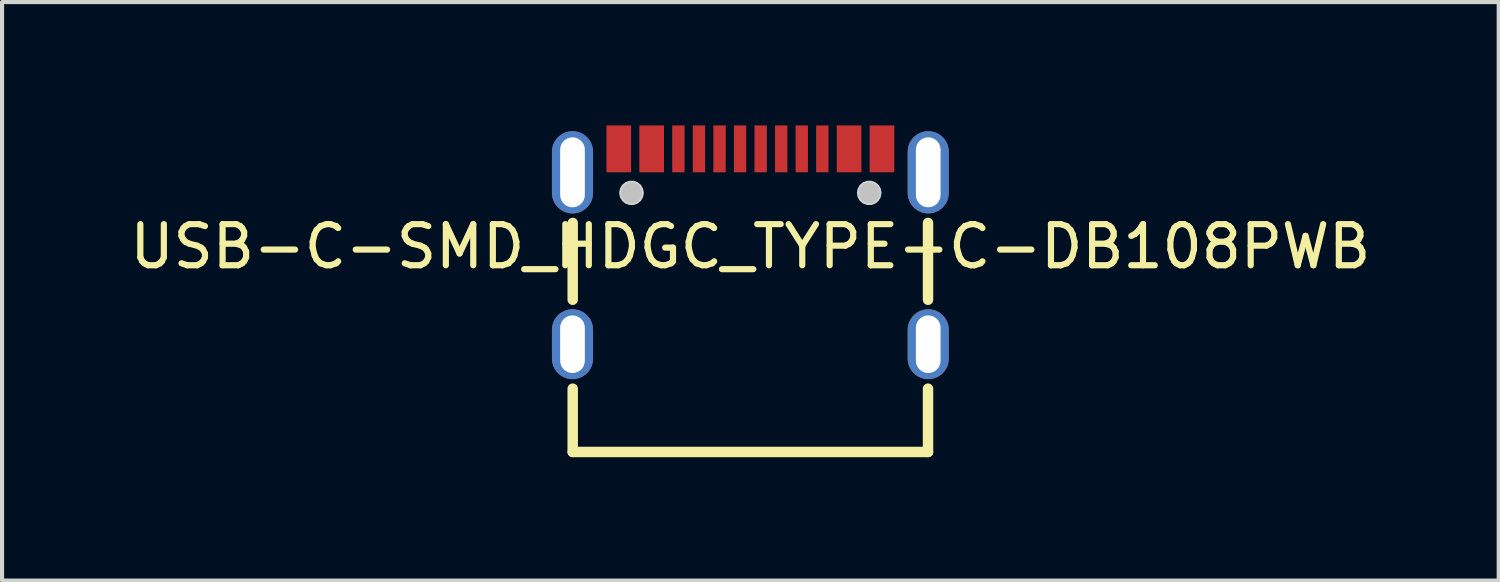
<source format=kicad_pcb>
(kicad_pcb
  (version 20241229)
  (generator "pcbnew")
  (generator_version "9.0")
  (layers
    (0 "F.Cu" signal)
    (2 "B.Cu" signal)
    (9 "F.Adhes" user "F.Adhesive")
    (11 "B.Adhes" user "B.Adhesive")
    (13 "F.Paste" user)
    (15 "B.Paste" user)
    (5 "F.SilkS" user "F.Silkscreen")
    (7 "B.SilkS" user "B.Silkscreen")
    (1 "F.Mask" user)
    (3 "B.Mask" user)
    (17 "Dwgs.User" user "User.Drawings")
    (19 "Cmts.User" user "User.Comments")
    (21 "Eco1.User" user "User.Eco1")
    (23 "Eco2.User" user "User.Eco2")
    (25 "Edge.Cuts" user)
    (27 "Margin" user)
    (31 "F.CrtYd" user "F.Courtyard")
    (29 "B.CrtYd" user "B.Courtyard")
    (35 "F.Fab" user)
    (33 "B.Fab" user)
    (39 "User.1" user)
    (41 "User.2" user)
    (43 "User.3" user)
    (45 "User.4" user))
  (footprint "USB-C-SMD_HDGC_TYPE-C-DB108PWB"
    (layer "F.Cu")
    (at 15.196 2.945)
    (property "Reference" "USB-C-SMD_HDGC_TYPE-C-DB108PWB" (at 0 0 0) (layer "F.SilkS") (effects (font (size 1 1) (thickness 0.15))))
    (fp_line (start -4.32 1.294) (end -4.32 -0.574) (stroke (width 0.254) (type default)) (layer "F.SilkS"))
    (fp_line (start -4.32 4.995) (end -4.32 3.456) (stroke (width 0.254) (type default)) (layer "F.SilkS"))
    (fp_line (start 4.32 1.294) (end 4.32 -0.574) (stroke (width 0.254) (type default)) (layer "F.SilkS"))
    (fp_line (start 4.32 4.995) (end -4.32 4.995) (stroke (width 0.254) (type default)) (layer "F.SilkS"))
    (fp_line (start 4.32 4.995) (end 4.32 3.456) (stroke (width 0.254) (type default)) (layer "F.SilkS"))
    (fp_poly (pts (xy -2.9 -1.805) (xy -2.9 -2.945) (xy -3.5 -2.945) (xy -3.5 -1.805)) (stroke (width 0) (type default)) (fill yes) (layer "F.Paste"))
    (fp_poly (pts (xy -2.7 -2.945) (xy -2.7 -1.805) (xy -2.1 -1.805) (xy -2.1 -2.945)) (stroke (width 0) (type default)) (fill yes) (layer "F.Paste"))
    (fp_poly (pts (xy -1.6 -1.805) (xy -1.6 -2.945) (xy -1.9 -2.945) (xy -1.9 -1.805)) (stroke (width 0) (type default)) (fill yes) (layer "F.Paste"))
    (fp_poly (pts (xy -1.1 -1.805) (xy -1.1 -2.945) (xy -1.4 -2.945) (xy -1.4 -1.805)) (stroke (width 0) (type default)) (fill yes) (layer "F.Paste"))
    (fp_poly (pts (xy -0.6 -1.805) (xy -0.6 -2.945) (xy -0.9 -2.945) (xy -0.9 -1.805)) (stroke (width 0) (type default)) (fill yes) (layer "F.Paste"))
    (fp_poly (pts (xy -0.1 -1.805) (xy -0.1 -2.945) (xy -0.4 -2.945) (xy -0.4 -1.805)) (stroke (width 0) (type default)) (fill yes) (layer "F.Paste"))
    (fp_poly (pts (xy 0.4 -1.805) (xy 0.4 -2.945) (xy 0.1 -2.945) (xy 0.1 -1.805)) (stroke (width 0) (type default)) (fill yes) (layer "F.Paste"))
    (fp_poly (pts (xy 0.9 -1.805) (xy 0.9 -2.945) (xy 0.6 -2.945) (xy 0.6 -1.805)) (stroke (width 0) (type default)) (fill yes) (layer "F.Paste"))
    (fp_poly (pts (xy 1.1 -2.945) (xy 1.1 -1.805) (xy 1.4 -1.805) (xy 1.4 -2.945)) (stroke (width 0) (type default)) (fill yes) (layer "F.Paste"))
    (fp_poly (pts (xy 1.6 -2.945) (xy 1.6 -1.805) (xy 1.9 -1.805) (xy 1.9 -2.945)) (stroke (width 0) (type default)) (fill yes) (layer "F.Paste"))
    (fp_poly (pts (xy 2.7 -1.805) (xy 2.7 -2.945) (xy 2.1 -2.945) (xy 2.1 -1.805)) (stroke (width 0) (type default)) (fill yes) (layer "F.Paste"))
    (fp_poly (pts (xy 2.9 -2.945) (xy 2.9 -1.805) (xy 3.5 -1.805) (xy 3.5 -2.945)) (stroke (width 0) (type default)) (fill yes) (layer "F.Paste"))
    (fp_poly (pts (xy -4.338 -2.805) (xy -4.362 -2.804) (xy -4.387 -2.801) (xy -4.412 -2.797) (xy -4.436 -2.792) (xy -4.46 -2.787) (xy -4.484 -2.779) (xy -4.508 -2.771) (xy -4.53 -2.761) (xy -4.553 -2.75) (xy -4.575 -2.738) (xy -4.596 -2.725) (xy -4.617 -2.711) (xy -4.636 -2.696) (xy -4.656 -2.68) (xy -4.674 -2.663) (xy -4.691 -2.645) (xy -4.708 -2.627) (xy -4.723 -2.607) (xy -4.738 -2.587) (xy -4.752 -2.566) (xy -4.764 -2.544) (xy -4.776 -2.522) (xy -4.785 -2.499) (xy -4.795 -2.476) (xy -4.803 -2.453) (xy -4.809 -2.429) (xy -4.815 -2.404) (xy -4.819 -2.38) (xy -4.822 -2.355) (xy -4.824 -2.33) (xy -4.825 -2.305) (xy -4.825 -1.305) (xy -4.824 -1.28) (xy -4.822 -1.256) (xy -4.819 -1.23) (xy -4.815 -1.206) (xy -4.809 -1.181) (xy -4.803 -1.157) (xy -4.795 -1.134) (xy -4.785 -1.111) (xy -4.776 -1.088) (xy -4.764 -1.066) (xy -4.752 -1.044) (xy -4.738 -1.024) (xy -4.723 -1.003) (xy -4.708 -0.984) (xy -4.691 -0.965) (xy -4.674 -0.947) (xy -4.656 -0.93) (xy -4.636 -0.914) (xy -4.617 -0.899) (xy -4.596 -0.885) (xy -4.575 -0.872) (xy -4.553 -0.86) (xy -4.53 -0.85) (xy -4.508 -0.84) (xy -4.484 -0.831) (xy -4.46 -0.824) (xy -4.436 -0.818) (xy -4.412 -0.812) (xy -4.387 -0.809) (xy -4.362 -0.806) (xy -4.338 -0.805) (xy -4.312 -0.805) (xy -4.287 -0.806) (xy -4.263 -0.809) (xy -4.238 -0.812) (xy -4.213 -0.818) (xy -4.189 -0.824) (xy -4.166 -0.831) (xy -4.143 -0.84) (xy -4.12 -0.85) (xy -4.097 -0.86) (xy -4.075 -0.872) (xy -4.053 -0.885) (xy -4.033 -0.899) (xy -4.013 -0.914) (xy -3.994 -0.93) (xy -3.976 -0.947) (xy -3.958 -0.965) (xy -3.942 -0.984) (xy -3.926 -1.003) (xy -3.912 -1.024) (xy -3.898 -1.044) (xy -3.886 -1.066) (xy -3.874 -1.088) (xy -3.865 -1.111) (xy -3.855 -1.134) (xy -3.847 -1.157) (xy -3.841 -1.181) (xy -3.835 -1.206) (xy -3.83 -1.23) (xy -3.828 -1.256) (xy -3.825 -1.28) (xy -3.825 -1.305) (xy -3.825 -2.305) (xy -3.825 -2.33) (xy -3.828 -2.355) (xy -3.83 -2.38) (xy -3.835 -2.404) (xy -3.841 -2.429) (xy -3.847 -2.453) (xy -3.855 -2.476) (xy -3.865 -2.499) (xy -3.874 -2.522) (xy -3.886 -2.544) (xy -3.898 -2.566) (xy -3.912 -2.587) (xy -3.926 -2.607) (xy -3.942 -2.627) (xy -3.958 -2.645) (xy -3.976 -2.663) (xy -3.994 -2.68) (xy -4.013 -2.696) (xy -4.033 -2.711) (xy -4.053 -2.725) (xy -4.075 -2.738) (xy -4.097 -2.75) (xy -4.12 -2.761) (xy -4.143 -2.771) (xy -4.166 -2.779) (xy -4.189 -2.787) (xy -4.213 -2.792) (xy -4.238 -2.797) (xy -4.263 -2.801) (xy -4.287 -2.804) (xy -4.312 -2.805)) (stroke (width 0) (type default)) (fill yes) (layer "F.Paste"))
    (fp_poly (pts (xy -4.287 1.526) (xy -4.312 1.525) (xy -4.338 1.525) (xy -4.362 1.526) (xy -4.387 1.529) (xy -4.412 1.532) (xy -4.436 1.538) (xy -4.46 1.544) (xy -4.484 1.551) (xy -4.508 1.56) (xy -4.53 1.569) (xy -4.553 1.58) (xy -4.575 1.592) (xy -4.596 1.605) (xy -4.617 1.619) (xy -4.636 1.634) (xy -4.656 1.65) (xy -4.674 1.667) (xy -4.691 1.685) (xy -4.708 1.704) (xy -4.723 1.723) (xy -4.738 1.744) (xy -4.752 1.764) (xy -4.764 1.786) (xy -4.776 1.808) (xy -4.785 1.831) (xy -4.795 1.854) (xy -4.803 1.877) (xy -4.809 1.901) (xy -4.815 1.926) (xy -4.819 1.95) (xy -4.822 1.976) (xy -4.824 2) (xy -4.825 2.025) (xy -4.825 2.725) (xy -4.824 2.75) (xy -4.822 2.775) (xy -4.819 2.8) (xy -4.815 2.824) (xy -4.809 2.849) (xy -4.803 2.873) (xy -4.795 2.896) (xy -4.785 2.919) (xy -4.776 2.942) (xy -4.764 2.964) (xy -4.752 2.986) (xy -4.738 3.006) (xy -4.723 3.027) (xy -4.708 3.046) (xy -4.691 3.065) (xy -4.674 3.083) (xy -4.656 3.1) (xy -4.636 3.116) (xy -4.617 3.131) (xy -4.596 3.145) (xy -4.575 3.158) (xy -4.553 3.17) (xy -4.53 3.181) (xy -4.508 3.191) (xy -4.484 3.199) (xy -4.46 3.207) (xy -4.436 3.212) (xy -4.412 3.217) (xy -4.387 3.221) (xy -4.362 3.224) (xy -4.338 3.225) (xy -4.312 3.225) (xy -4.287 3.224) (xy -4.263 3.221) (xy -4.238 3.217) (xy -4.213 3.212) (xy -4.189 3.207) (xy -4.166 3.199) (xy -4.143 3.191) (xy -4.12 3.181) (xy -4.097 3.17) (xy -4.075 3.158) (xy -4.053 3.145) (xy -4.033 3.131) (xy -4.013 3.116) (xy -3.994 3.1) (xy -3.976 3.083) (xy -3.958 3.065) (xy -3.942 3.046) (xy -3.926 3.027) (xy -3.912 3.006) (xy -3.898 2.986) (xy -3.886 2.964) (xy -3.874 2.942) (xy -3.865 2.919) (xy -3.855 2.896) (xy -3.847 2.873) (xy -3.841 2.849) (xy -3.835 2.824) (xy -3.83 2.8) (xy -3.828 2.775) (xy -3.825 2.75) (xy -3.825 2.725) (xy -3.825 2.025) (xy -3.825 2) (xy -3.828 1.976) (xy -3.83 1.95) (xy -3.835 1.926) (xy -3.841 1.901) (xy -3.847 1.877) (xy -3.855 1.854) (xy -3.865 1.831) (xy -3.874 1.808) (xy -3.886 1.786) (xy -3.898 1.764) (xy -3.912 1.744) (xy -3.926 1.723) (xy -3.942 1.704) (xy -3.958 1.685) (xy -3.976 1.667) (xy -3.994 1.65) (xy -4.013 1.634) (xy -4.033 1.619) (xy -4.053 1.605) (xy -4.075 1.592) (xy -4.097 1.58) (xy -4.12 1.569) (xy -4.143 1.56) (xy -4.166 1.551) (xy -4.189 1.544) (xy -4.213 1.538) (xy -4.238 1.532) (xy -4.263 1.529)) (stroke (width 0) (type default)) (fill yes) (layer "F.Paste"))
    (fp_poly (pts (xy 4.312 1.525) (xy 4.287 1.526) (xy 4.263 1.529) (xy 4.238 1.532) (xy 4.213 1.538) (xy 4.189 1.544) (xy 4.166 1.551) (xy 4.143 1.56) (xy 4.12 1.569) (xy 4.097 1.58) (xy 4.075 1.592) (xy 4.053 1.605) (xy 4.033 1.619) (xy 4.013 1.634) (xy 3.994 1.65) (xy 3.976 1.667) (xy 3.958 1.685) (xy 3.942 1.704) (xy 3.926 1.723) (xy 3.912 1.744) (xy 3.898 1.764) (xy 3.886 1.786) (xy 3.874 1.808) (xy 3.865 1.831) (xy 3.855 1.854) (xy 3.847 1.877) (xy 3.841 1.901) (xy 3.835 1.926) (xy 3.83 1.95) (xy 3.828 1.976) (xy 3.825 2) (xy 3.825 2.025) (xy 3.825 2.725) (xy 3.825 2.75) (xy 3.828 2.775) (xy 3.83 2.8) (xy 3.835 2.824) (xy 3.841 2.849) (xy 3.847 2.873) (xy 3.855 2.896) (xy 3.865 2.919) (xy 3.874 2.942) (xy 3.886 2.964) (xy 3.898 2.986) (xy 3.912 3.006) (xy 3.926 3.027) (xy 3.942 3.046) (xy 3.958 3.065) (xy 3.976 3.083) (xy 3.994 3.1) (xy 4.013 3.116) (xy 4.033 3.131) (xy 4.053 3.145) (xy 4.075 3.158) (xy 4.097 3.17) (xy 4.12 3.181) (xy 4.143 3.191) (xy 4.166 3.199) (xy 4.189 3.207) (xy 4.213 3.212) (xy 4.238 3.217) (xy 4.263 3.221) (xy 4.287 3.224) (xy 4.312 3.225) (xy 4.338 3.225) (xy 4.362 3.224) (xy 4.387 3.221) (xy 4.412 3.217) (xy 4.436 3.212) (xy 4.46 3.207) (xy 4.484 3.199) (xy 4.508 3.191) (xy 4.53 3.181) (xy 4.553 3.17) (xy 4.575 3.158) (xy 4.596 3.145) (xy 4.617 3.131) (xy 4.636 3.116) (xy 4.656 3.1) (xy 4.674 3.083) (xy 4.691 3.065) (xy 4.708 3.046) (xy 4.723 3.027) (xy 4.738 3.006) (xy 4.752 2.986) (xy 4.764 2.964) (xy 4.776 2.942) (xy 4.785 2.919) (xy 4.795 2.896) (xy 4.803 2.873) (xy 4.809 2.849) (xy 4.815 2.824) (xy 4.819 2.8) (xy 4.822 2.775) (xy 4.824 2.75) (xy 4.825 2.725) (xy 4.825 2.025) (xy 4.824 2) (xy 4.822 1.976) (xy 4.819 1.95) (xy 4.815 1.926) (xy 4.809 1.901) (xy 4.803 1.877) (xy 4.795 1.854) (xy 4.785 1.831) (xy 4.776 1.808) (xy 4.764 1.786) (xy 4.752 1.764) (xy 4.738 1.744) (xy 4.723 1.723) (xy 4.708 1.704) (xy 4.691 1.685) (xy 4.674 1.667) (xy 4.656 1.65) (xy 4.636 1.634) (xy 4.617 1.619) (xy 4.596 1.605) (xy 4.575 1.592) (xy 4.553 1.58) (xy 4.53 1.569) (xy 4.508 1.56) (xy 4.484 1.551) (xy 4.46 1.544) (xy 4.436 1.538) (xy 4.412 1.532) (xy 4.387 1.529) (xy 4.362 1.526) (xy 4.338 1.525)) (stroke (width 0) (type default)) (fill yes) (layer "F.Paste"))
    (fp_poly (pts (xy 4.362 -2.804) (xy 4.338 -2.805) (xy 4.312 -2.805) (xy 4.287 -2.804) (xy 4.263 -2.801) (xy 4.238 -2.797) (xy 4.213 -2.792) (xy 4.189 -2.787) (xy 4.166 -2.779) (xy 4.143 -2.771) (xy 4.12 -2.761) (xy 4.097 -2.75) (xy 4.075 -2.738) (xy 4.053 -2.725) (xy 4.033 -2.711) (xy 4.013 -2.696) (xy 3.994 -2.68) (xy 3.976 -2.663) (xy 3.958 -2.645) (xy 3.942 -2.627) (xy 3.926 -2.607) (xy 3.912 -2.587) (xy 3.898 -2.566) (xy 3.886 -2.544) (xy 3.874 -2.522) (xy 3.865 -2.499) (xy 3.855 -2.476) (xy 3.847 -2.453) (xy 3.841 -2.429) (xy 3.835 -2.404) (xy 3.83 -2.38) (xy 3.828 -2.355) (xy 3.825 -2.33) (xy 3.825 -2.305) (xy 3.825 -1.305) (xy 3.825 -1.28) (xy 3.828 -1.256) (xy 3.83 -1.23) (xy 3.835 -1.206) (xy 3.841 -1.181) (xy 3.847 -1.157) (xy 3.855 -1.134) (xy 3.865 -1.111) (xy 3.874 -1.088) (xy 3.886 -1.066) (xy 3.898 -1.044) (xy 3.912 -1.024) (xy 3.926 -1.003) (xy 3.942 -0.984) (xy 3.958 -0.965) (xy 3.976 -0.947) (xy 3.994 -0.93) (xy 4.013 -0.914) (xy 4.033 -0.899) (xy 4.053 -0.885) (xy 4.075 -0.872) (xy 4.097 -0.86) (xy 4.12 -0.85) (xy 4.143 -0.84) (xy 4.166 -0.831) (xy 4.189 -0.824) (xy 4.213 -0.818) (xy 4.238 -0.812) (xy 4.263 -0.809) (xy 4.287 -0.806) (xy 4.312 -0.805) (xy 4.338 -0.805) (xy 4.362 -0.806) (xy 4.387 -0.809) (xy 4.412 -0.812) (xy 4.436 -0.818) (xy 4.46 -0.824) (xy 4.484 -0.831) (xy 4.508 -0.84) (xy 4.53 -0.85) (xy 4.553 -0.86) (xy 4.575 -0.872) (xy 4.596 -0.885) (xy 4.617 -0.899) (xy 4.636 -0.914) (xy 4.656 -0.93) (xy 4.674 -0.947) (xy 4.691 -0.965) (xy 4.708 -0.984) (xy 4.723 -1.003) (xy 4.738 -1.024) (xy 4.752 -1.044) (xy 4.764 -1.066) (xy 4.776 -1.088) (xy 4.785 -1.111) (xy 4.795 -1.134) (xy 4.803 -1.157) (xy 4.809 -1.181) (xy 4.815 -1.206) (xy 4.819 -1.23) (xy 4.822 -1.256) (xy 4.824 -1.28) (xy 4.825 -1.305) (xy 4.825 -2.305) (xy 4.824 -2.33) (xy 4.822 -2.355) (xy 4.819 -2.38) (xy 4.815 -2.404) (xy 4.809 -2.429) (xy 4.803 -2.453) (xy 4.795 -2.476) (xy 4.785 -2.499) (xy 4.776 -2.522) (xy 4.764 -2.544) (xy 4.752 -2.566) (xy 4.738 -2.587) (xy 4.723 -2.607) (xy 4.708 -2.627) (xy 4.691 -2.645) (xy 4.674 -2.663) (xy 4.656 -2.68) (xy 4.636 -2.696) (xy 4.617 -2.711) (xy 4.596 -2.725) (xy 4.575 -2.738) (xy 4.553 -2.75) (xy 4.53 -2.761) (xy 4.508 -2.771) (xy 4.484 -2.779) (xy 4.46 -2.787) (xy 4.436 -2.792) (xy 4.412 -2.797) (xy 4.387 -2.801)) (stroke (width 0) (type default)) (fill yes) (layer "F.Paste"))
    (fp_circle (center -2.89 -1.305) (end -2.765 -1.305) (stroke (width 0.25) (type default)) (fill no) (layer "Dwgs.User"))
    (fp_circle (center 2.89 -1.305) (end 3.015 -1.305) (stroke (width 0.25) (type default)) (fill no) (layer "Dwgs.User"))
    (fp_poly (pts (xy -2.59 -1.305) (xy -2.608 -1.408) (xy -2.66 -1.498) (xy -2.74 -1.565) (xy -2.838 -1.6) (xy -2.942 -1.6) (xy -3.04 -1.565) (xy -3.12 -1.498) (xy -3.172 -1.408) (xy -3.19 -1.305) (xy -3.172 -1.202) (xy -3.12 -1.112) (xy -3.04 -1.045) (xy -2.942 -1.01) (xy -2.838 -1.01) (xy -2.74 -1.045) (xy -2.66 -1.112) (xy -2.608 -1.202)) (stroke (width 0) (type default)) (fill yes) (layer "Edge.Cuts"))
    (fp_poly (pts (xy 3.19 -1.305) (xy 3.172 -1.408) (xy 3.12 -1.498) (xy 3.04 -1.565) (xy 2.942 -1.6) (xy 2.838 -1.6) (xy 2.74 -1.565) (xy 2.66 -1.498) (xy 2.608 -1.408) (xy 2.59 -1.305) (xy 2.608 -1.202) (xy 2.66 -1.112) (xy 2.74 -1.045) (xy 2.838 -1.01) (xy 2.942 -1.01) (xy 3.04 -1.045) (xy 3.12 -1.112) (xy 3.172 -1.202)) (stroke (width 0) (type default)) (fill yes) (layer "Edge.Cuts"))
    (fp_poly (pts (xy -4.47 -2.325) (xy -4.17 -2.325) (xy -4.17 -1.225) (xy -4.47 -1.225)) (stroke (width 0.1) (type default)) (fill no) (layer "User.1"))
    (fp_poly (pts (xy -4.47 1.975) (xy -4.17 1.975) (xy -4.17 2.775) (xy -4.47 2.775)) (stroke (width 0.1) (type default)) (fill no) (layer "User.1"))
    (fp_poly (pts (xy -3.43 -2.725) (xy -2.96 -2.725) (xy -2.96 -2.185) (xy -3.43 -2.185)) (stroke (width 0.1) (type default)) (fill no) (layer "User.1"))
    (fp_poly (pts (xy -2.63 -2.725) (xy -2.16 -2.725) (xy -2.16 -2.185) (xy -2.63 -2.185)) (stroke (width 0.1) (type default)) (fill no) (layer "User.1"))
    (fp_poly (pts (xy -1.86 -2.725) (xy -1.64 -2.725) (xy -1.64 -2.185) (xy -1.86 -2.185)) (stroke (width 0.1) (type default)) (fill no) (layer "User.1"))
    (fp_poly (pts (xy -1.36 -2.725) (xy -1.14 -2.725) (xy -1.14 -2.185) (xy -1.36 -2.185)) (stroke (width 0.1) (type default)) (fill no) (layer "User.1"))
    (fp_poly (pts (xy -0.86 -2.725) (xy -0.64 -2.725) (xy -0.64 -2.185) (xy -0.86 -2.185)) (stroke (width 0.1) (type default)) (fill no) (layer "User.1"))
    (fp_poly (pts (xy -0.36 -2.725) (xy -0.14 -2.725) (xy -0.14 -2.185) (xy -0.36 -2.185)) (stroke (width 0.1) (type default)) (fill no) (layer "User.1"))
    (fp_poly (pts (xy 0.14 -2.725) (xy 0.36 -2.725) (xy 0.36 -2.185) (xy 0.14 -2.185)) (stroke (width 0.1) (type default)) (fill no) (layer "User.1"))
    (fp_poly (pts (xy 0.64 -2.725) (xy 0.86 -2.725) (xy 0.86 -2.185) (xy 0.64 -2.185)) (stroke (width 0.1) (type default)) (fill no) (layer "User.1"))
    (fp_poly (pts (xy 1.14 -2.725) (xy 1.36 -2.725) (xy 1.36 -2.185) (xy 1.14 -2.185)) (stroke (width 0.1) (type default)) (fill no) (layer "User.1"))
    (fp_poly (pts (xy 1.64 -2.725) (xy 1.86 -2.725) (xy 1.86 -2.185) (xy 1.64 -2.185)) (stroke (width 0.1) (type default)) (fill no) (layer "User.1"))
    (fp_poly (pts (xy 2.17 -2.725) (xy 2.64 -2.725) (xy 2.64 -2.185) (xy 2.17 -2.185)) (stroke (width 0.1) (type default)) (fill no) (layer "User.1"))
    (fp_poly (pts (xy 2.97 -2.725) (xy 3.44 -2.725) (xy 3.44 -2.185) (xy 2.97 -2.185)) (stroke (width 0.1) (type default)) (fill no) (layer "User.1"))
    (fp_poly (pts (xy 4.17 -2.325) (xy 4.47 -2.325) (xy 4.47 -1.225) (xy 4.17 -1.225)) (stroke (width 0.1) (type default)) (fill no) (layer "User.1"))
    (fp_poly (pts (xy 4.17 1.975) (xy 4.47 1.975) (xy 4.47 2.775) (xy 4.17 2.775)) (stroke (width 0.1) (type default)) (fill no) (layer "User.1"))
    (fp_line (start -4.47 -2.325) (end 4.47 -2.325) (stroke (width 0.051) (type default)) (layer "User.2"))
    (fp_line (start -4.47 4.995) (end -4.47 -2.325) (stroke (width 0.051) (type default)) (layer "User.2"))
    (fp_line (start 4.47 -2.325) (end 4.47 4.995) (stroke (width 0.051) (type default)) (layer "User.2"))
    (fp_line (start 4.47 4.995) (end -4.47 4.995) (stroke (width 0.051) (type default)) (layer "User.2"))
    (fp_poly (pts (xy 4.53 4.995) (xy 4.512 4.953) (xy 4.47 4.935) (xy 4.428 4.953) (xy 4.41 4.995) (xy 4.428 5.037) (xy 4.47 5.055) (xy 4.512 5.037)) (stroke (width 0.1) (type default)) (fill no) (layer "User.3"))
    (pad "13" thru_hole oval (at 4.325 -1.805) (size 1 2) (drill oval 0.6 1.7) (layers "*.Cu" "*.Mask"))
    (pad "13" thru_hole oval (at 4.325 2.375) (size 1 1.7) (drill oval 0.6 1.4) (layers "*.Cu" "*.Mask"))
    (pad "14" thru_hole oval (at -4.325 -1.805) (size 1 2) (drill oval 0.6 1.7) (layers "*.Cu" "*.Mask"))
    (pad "14" thru_hole oval (at -4.325 2.375) (size 1 1.7) (drill oval 0.6 1.4) (layers "*.Cu" "*.Mask"))
    (pad "A1B12" smd rect (at -3.2 -2.375) (size 0.6 1.14) (layers "F.Cu" "F.Mask" "F.Paste"))
    (pad "A4B9" smd rect (at -2.4 -2.375) (size 0.6 1.14) (layers "F.Cu" "F.Mask" "F.Paste"))
    (pad "A5" smd rect (at -1.25 -2.375) (size 0.3 1.14) (layers "F.Cu" "F.Mask" "F.Paste"))
    (pad "A6" smd rect (at -0.25 -2.375) (size 0.3 1.14) (layers "F.Cu" "F.Mask" "F.Paste"))
    (pad "A7" smd rect (at 0.25 -2.375) (size 0.3 1.14) (layers "F.Cu" "F.Mask" "F.Paste"))
    (pad "A8" smd rect (at 1.25 -2.375) (size 0.3 1.14) (layers "F.Cu" "F.Mask" "F.Paste"))
    (pad "B1A12" smd rect (at 3.2 -2.375) (size 0.6 1.14) (layers "F.Cu" "F.Mask" "F.Paste"))
    (pad "B4A9" smd rect (at 2.4 -2.375) (size 0.6 1.14) (layers "F.Cu" "F.Mask" "F.Paste"))
    (pad "B5" smd rect (at 1.75 -2.375) (size 0.3 1.14) (layers "F.Cu" "F.Mask" "F.Paste"))
    (pad "B6" smd rect (at 0.75 -2.375) (size 0.3 1.14) (layers "F.Cu" "F.Mask" "F.Paste"))
    (pad "B7" smd rect (at -0.75 -2.375) (size 0.3 1.14) (layers "F.Cu" "F.Mask" "F.Paste"))
    (pad "B8" smd rect (at -1.75 -2.375) (size 0.3 1.14) (layers "F.Cu" "F.Mask" "F.Paste")))
  (gr_rect
    (start -3 -3)
    (end 33.393 11.067)
    (stroke (width 0.1) (type default))
    (fill no)
    (layer "Edge.Cuts")))
</source>
